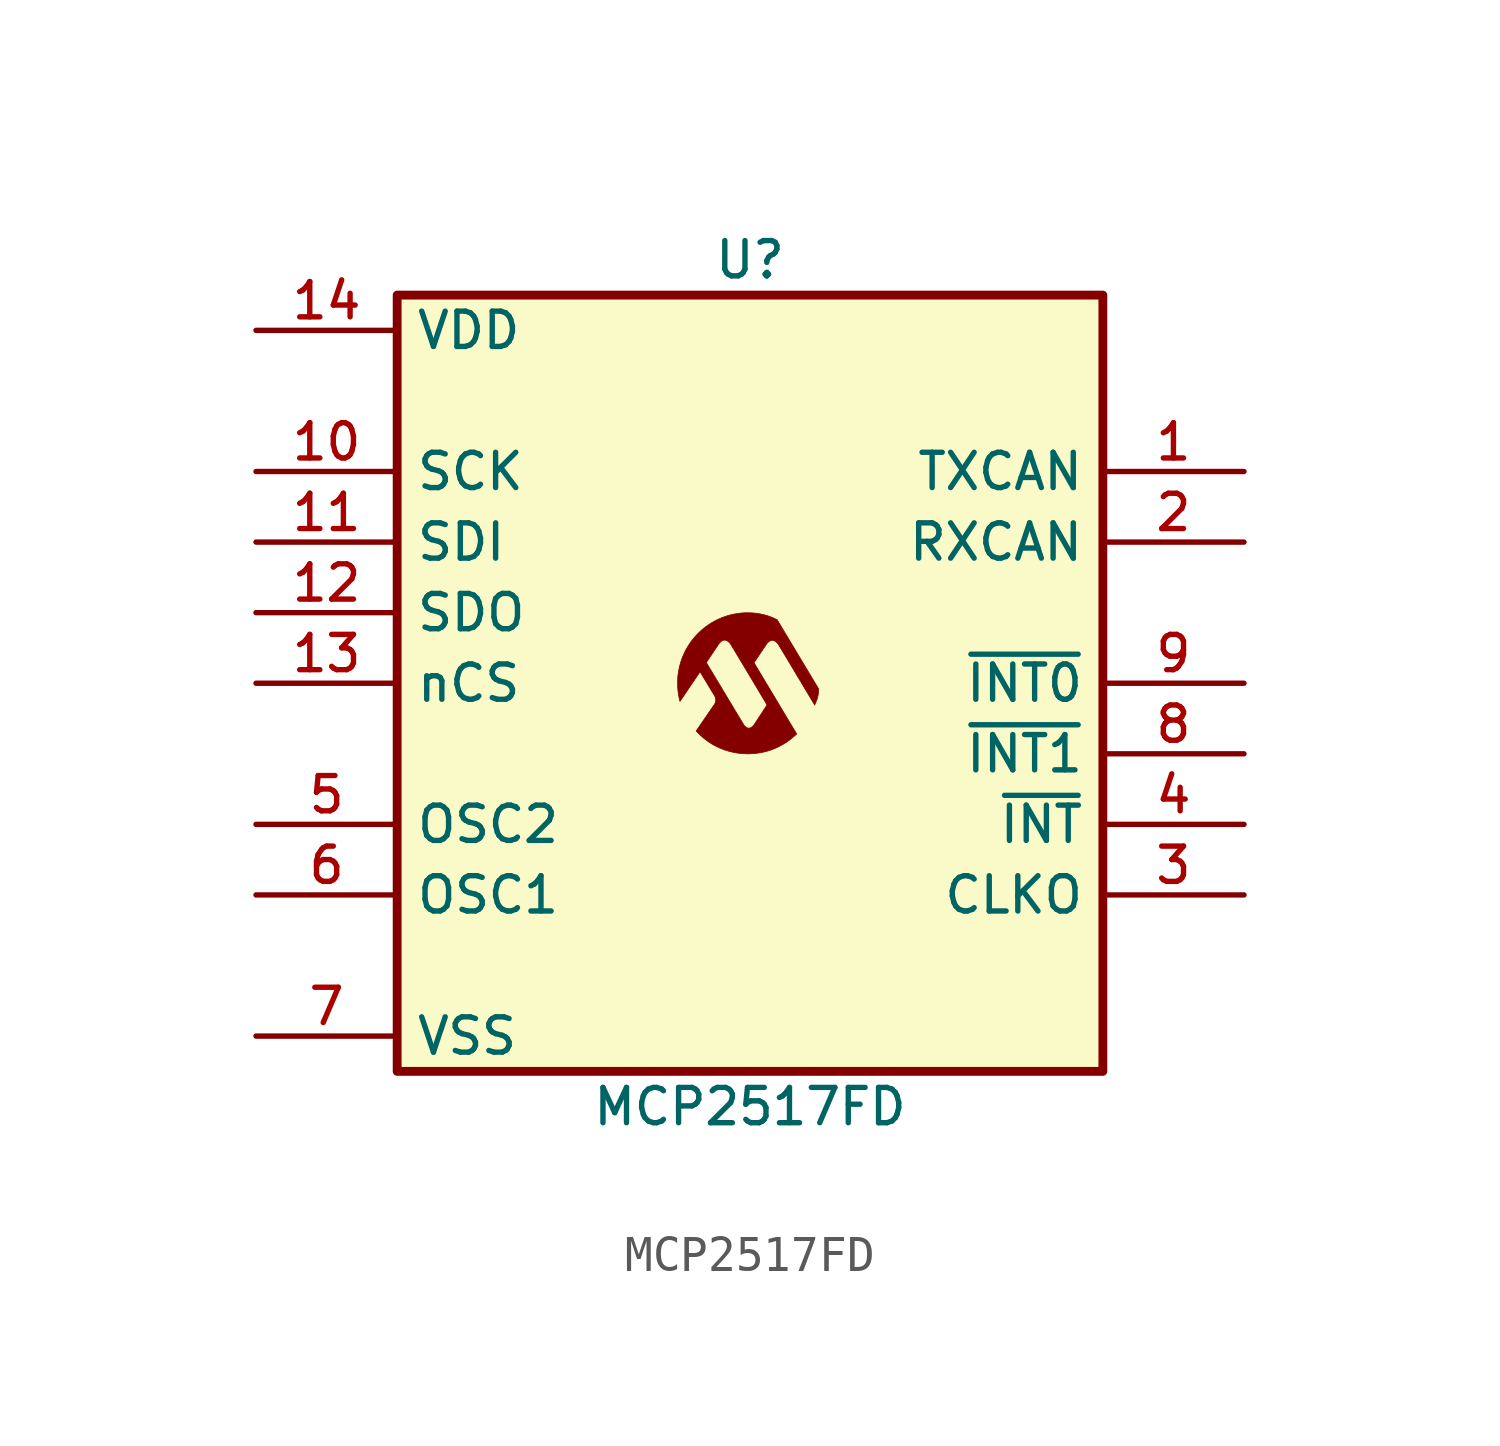
<source format=kicad_sym>
(kicad_symbol_lib
  (version 20241209)
  (generator "kicad_symbol_editor")
  (generator_version "9.0")
  (symbol "MCP2517FD"
    (pin_names
      (offset 0.5))
    (property "Reference" "U"
      (at 0 12 0)
      (effects (font (size 1 1))))
    (property "Value" "MCP2517FD"
      (at 0 -12 0)
      (effects (font (size 1 1))))
    (symbol "MCP2517FD_0_0"
      (polyline (pts (xy 0 -2) (xy 0.101 -1.994) (xy 0.201 -1.984) (xy 0.3 -1.968) (xy 0.398 -1.948) (xy 0.495 -1.923) (xy 0.589 -1.893) (xy 0.682 -1.858) (xy 0.773 -1.818) (xy 0.813 -1.799) (xy 0.899 -1.754) (xy 0.982 -1.705) (xy 1.063 -1.651) (xy 1.142 -1.593) (xy 1.219 -1.53) (xy 1.233 -1.518) (xy 1.25 -1.504) (xy 1.266 -1.489) (xy 1.282 -1.475) (xy 1.296 -1.462) (xy 1.308 -1.45) (xy 1.317 -1.442) (xy 1.323 -1.435) (xy 1.317 -1.428) (xy 1.315 -1.424) (xy 1.31 -1.416) (xy 1.304 -1.405) (xy 1.296 -1.393) (xy 1.288 -1.379) (xy 1.274 -1.355) (xy 1.257 -1.328) (xy 1.242 -1.303) (xy 1.229 -1.281) (xy 1.217 -1.26) (xy 1.205 -1.241) (xy 1.194 -1.222) (xy 1.182 -1.202) (xy 1.169 -1.181) (xy 1.155 -1.158) (xy 1.14 -1.132) (xy 1.138 -1.129) (xy 1.114 -1.089) (xy 1.088 -1.046) (xy 1.061 -1.001) (xy 1.032 -0.953) (xy 1.002 -0.901) (xy 0.969 -0.847) (xy 0.933 -0.788) (xy 0.896 -0.725) (xy 0.888 -0.713) (xy 0.873 -0.686) (xy 0.855 -0.657) (xy 0.837 -0.627) (xy 0.82 -0.597) (xy 0.803 -0.569) (xy 0.788 -0.544) (xy 0.784 -0.537) (xy 0.772 -0.518) (xy 0.758 -0.494) (xy 0.742 -0.468) (xy 0.725 -0.44) (xy 0.707 -0.409) (xy 0.688 -0.378) (xy 0.67 -0.347) (xy 0.651 -0.316) (xy 0.633 -0.285) (xy 0.621 -0.266) (xy 0.604 -0.237) (xy 0.587 -0.209) (xy 0.571 -0.181) (xy 0.555 -0.155) (xy 0.54 -0.131) (xy 0.527 -0.109) (xy 0.516 -0.09) (xy 0.507 -0.075) (xy 0.5 -0.064) (xy 0.498 -0.06) (xy 0.488 -0.044) (xy 0.477 -0.025) (xy 0.464 -0.004) (xy 0.45 0.019) (xy 0.436 0.043) (xy 0.421 0.068) (xy 0.407 0.091) (xy 0.406 0.093) (xy 0.39 0.119) (xy 0.373 0.149) (xy 0.354 0.18) (xy 0.335 0.212) (xy 0.316 0.243) (xy 0.298 0.273) (xy 0.282 0.299) (xy 0.279 0.305) (xy 0.263 0.332) (xy 0.246 0.36) (xy 0.229 0.389) (xy 0.211 0.418) (xy 0.195 0.446) (xy 0.179 0.472) (xy 0.166 0.494) (xy 0.114 0.582) (xy 0.129 0.605) (xy 0.132 0.609) (xy 0.139 0.619) (xy 0.148 0.632) (xy 0.159 0.648) (xy 0.17 0.665) (xy 0.183 0.684) (xy 0.195 0.703) (xy 0.199 0.708) (xy 0.213 0.729) (xy 0.228 0.751) (xy 0.243 0.773) (xy 0.257 0.794) (xy 0.269 0.813) (xy 0.28 0.828) (xy 0.283 0.834) (xy 0.294 0.85) (xy 0.305 0.865) (xy 0.314 0.88) (xy 0.322 0.892) (xy 0.328 0.9) (xy 0.338 0.914) (xy 0.353 0.938) (xy 0.369 0.962) (xy 0.386 0.986) (xy 0.401 1.009) (xy 0.416 1.031) (xy 0.43 1.052) (xy 0.442 1.07) (xy 0.453 1.086) (xy 0.462 1.099) (xy 0.468 1.108) (xy 0.472 1.114) (xy 0.489 1.136) (xy 0.513 1.161) (xy 0.538 1.181) (xy 0.563 1.197) (xy 0.589 1.208) (xy 0.615 1.215) (xy 0.615 1.215) (xy 0.627 1.216) (xy 0.637 1.216) (xy 0.646 1.215) (xy 0.658 1.213) (xy 0.667 1.21) (xy 0.691 1.202) (xy 0.715 1.189) (xy 0.737 1.173) (xy 0.739 1.171) (xy 0.751 1.16) (xy 0.765 1.147) (xy 0.778 1.132) (xy 0.79 1.117) (xy 0.8 1.104) (xy 0.801 1.104) (xy 0.804 1.098) (xy 0.811 1.087) (xy 0.82 1.073) (xy 0.831 1.054) (xy 0.845 1.031) (xy 0.861 1.005) (xy 0.879 0.975) (xy 0.9 0.941) (xy 0.922 0.903) (xy 0.947 0.863) (xy 0.973 0.819) (xy 1.002 0.772) (xy 1.032 0.722) (xy 1.063 0.669) (xy 1.097 0.614) (xy 1.131 0.556) (xy 1.167 0.495) (xy 1.205 0.432) (xy 1.244 0.367) (xy 1.284 0.3) (xy 1.325 0.231) (xy 1.368 0.16) (xy 1.411 0.088) (xy 1.456 0.014) (xy 1.501 -0.062) (xy 1.546 -0.139) (xy 1.553 -0.149) (xy 1.569 -0.177) (xy 1.587 -0.206) (xy 1.605 -0.236) (xy 1.622 -0.265) (xy 1.639 -0.293) (xy 1.654 -0.319) (xy 1.668 -0.342) (xy 1.677 -0.357) (xy 1.693 -0.383) (xy 1.71 -0.412) (xy 1.728 -0.443) (xy 1.746 -0.473) (xy 1.763 -0.501) (xy 1.778 -0.526) (xy 1.834 -0.62) (xy 1.838 -0.608) (xy 1.839 -0.605) (xy 1.842 -0.597) (xy 1.846 -0.585) (xy 1.852 -0.571) (xy 1.859 -0.555) (xy 1.866 -0.538) (xy 1.868 -0.534) (xy 1.879 -0.505) (xy 1.889 -0.481) (xy 1.897 -0.46) (xy 1.904 -0.441) (xy 1.91 -0.423) (xy 1.915 -0.405) (xy 1.919 -0.39) (xy 1.928 -0.348) (xy 1.935 -0.302) (xy 1.94 -0.253) (xy 1.943 -0.202) (xy 1.945 -0.161) (xy 1.892 -0.072) (xy 1.887 -0.064) (xy 1.877 -0.047) (xy 1.864 -0.027) (xy 1.85 -0.003) (xy 1.834 0.024) (xy 1.816 0.054) (xy 1.797 0.086) (xy 1.777 0.12) (xy 1.755 0.155) (xy 1.733 0.192) (xy 1.711 0.229) (xy 1.688 0.267) (xy 1.666 0.305) (xy 1.65 0.331) (xy 1.627 0.369) (xy 1.605 0.406) (xy 1.583 0.443) (xy 1.562 0.478) (xy 1.542 0.512) (xy 1.522 0.544) (xy 1.505 0.574) (xy 1.488 0.601) (xy 1.474 0.625) (xy 1.461 0.646) (xy 1.451 0.663) (xy 1.443 0.676) (xy 1.441 0.679) (xy 1.43 0.698) (xy 1.417 0.72) (xy 1.401 0.746) (xy 1.383 0.775) (xy 1.364 0.807) (xy 1.344 0.841) (xy 1.323 0.877) (xy 1.3 0.914) (xy 1.278 0.952) (xy 1.255 0.99) (xy 1.232 1.028) (xy 1.209 1.066) (xy 1.187 1.103) (xy 1.165 1.139) (xy 1.145 1.173) (xy 1.126 1.204) (xy 1.109 1.233) (xy 1.094 1.259) (xy 1.08 1.281) (xy 1.069 1.3) (xy 1.053 1.327) (xy 1.035 1.356) (xy 1.017 1.386) (xy 0.999 1.416) (xy 0.982 1.445) (xy 0.967 1.47) (xy 0.96 1.482) (xy 0.945 1.507) (xy 0.928 1.535) (xy 0.91 1.566) (xy 0.891 1.597) (xy 0.873 1.627) (xy 0.855 1.657) (xy 0.839 1.684) (xy 0.769 1.8) (xy 0.745 1.811) (xy 0.735 1.816) (xy 0.649 1.855) (xy 0.563 1.89) (xy 0.476 1.919) (xy 0.388 1.943) (xy 0.298 1.963) (xy 0.205 1.979) (xy 0.111 1.99) (xy 0.109 1.99) (xy 0.09 1.991) (xy 0.066 1.993) (xy 0.04 1.994) (xy 0.011 1.995) (xy -0.019 1.995) (xy -0.05 1.996) (xy -0.081 1.996) (xy -0.11 1.996) (xy -0.137 1.996) (xy -0.161 1.995) (xy -0.181 1.994) (xy -0.204 1.993) (xy -0.305 1.983) (xy -0.405 1.968) (xy -0.504 1.948) (xy -0.602 1.924) (xy -0.699 1.894) (xy -0.794 1.859) (xy -0.887 1.819) (xy -0.978 1.775) (xy -1.066 1.726) (xy -1.07 1.724) (xy -1.156 1.67) (xy -1.238 1.613) (xy -1.317 1.552) (xy -1.392 1.488) (xy -1.464 1.42) (xy -1.532 1.349) (xy -1.597 1.274) (xy -1.657 1.197) (xy -1.714 1.117) (xy -1.767 1.034) (xy -1.815 0.949) (xy -1.86 0.861) (xy -1.9 0.771) (xy -1.936 0.679) (xy -1.967 0.585) (xy -1.967 0.585) (xy -1.236 0.585) (xy -1.235 0.588) (xy -1.232 0.594) (xy -1.226 0.604) (xy -1.219 0.615) (xy -1.21 0.628) (xy -1.204 0.637) (xy -1.191 0.656) (xy -1.176 0.679) (xy -1.158 0.705) (xy -1.139 0.733) (xy -1.119 0.764) (xy -1.097 0.796) (xy -1.075 0.829) (xy -1.052 0.863) (xy -1.03 0.896) (xy -1.008 0.93) (xy -0.986 0.962) (xy -0.966 0.992) (xy -0.956 1.007) (xy -0.939 1.033) (xy -0.924 1.055) (xy -0.911 1.073) (xy -0.901 1.089) (xy -0.892 1.102) (xy -0.884 1.113) (xy -0.878 1.121) (xy -0.873 1.129) (xy -0.868 1.135) (xy -0.864 1.14) (xy -0.859 1.145) (xy -0.855 1.15) (xy -0.85 1.155) (xy -0.841 1.164) (xy -0.816 1.186) (xy -0.79 1.203) (xy -0.764 1.214) (xy -0.738 1.221) (xy -0.712 1.221) (xy -0.685 1.217) (xy -0.675 1.214) (xy -0.655 1.206) (xy -0.636 1.194) (xy -0.616 1.179) (xy -0.609 1.174) (xy -0.597 1.163) (xy -0.585 1.152) (xy -0.574 1.139) (xy -0.563 1.125) (xy -0.551 1.108) (xy -0.538 1.088) (xy -0.523 1.065) (xy -0.506 1.038) (xy -0.505 1.035) (xy -0.494 1.017) (xy -0.483 0.999) (xy -0.472 0.981) (xy -0.463 0.966) (xy -0.456 0.954) (xy -0.454 0.95) (xy -0.449 0.943) (xy -0.444 0.934) (xy -0.437 0.922) (xy -0.428 0.908) (xy -0.419 0.892) (xy -0.407 0.873) (xy -0.394 0.851) (xy -0.379 0.826) (xy -0.362 0.798) (xy -0.344 0.767) (xy -0.323 0.732) (xy -0.3 0.694) (xy -0.275 0.652) (xy -0.248 0.607) (xy -0.218 0.557) (xy -0.186 0.504) (xy -0.151 0.446) (xy -0.114 0.384) (xy -0.105 0.368) (xy -0.088 0.341) (xy -0.07 0.31) (xy -0.05 0.277) (xy -0.029 0.241) (xy -0.006 0.204) (xy 0.017 0.165) (xy 0.04 0.127) (xy 0.062 0.089) (xy 0.084 0.052) (xy 0.106 0.016) (xy 0.11 0.009) (xy 0.129 -0.023) (xy 0.148 -0.055) (xy 0.167 -0.086) (xy 0.185 -0.116) (xy 0.202 -0.144) (xy 0.217 -0.17) (xy 0.231 -0.194) (xy 0.243 -0.214) (xy 0.254 -0.232) (xy 0.262 -0.245) (xy 0.268 -0.255) (xy 0.272 -0.263) (xy 0.281 -0.277) (xy 0.291 -0.295) (xy 0.303 -0.314) (xy 0.316 -0.336) (xy 0.33 -0.36) (xy 0.345 -0.385) (xy 0.36 -0.41) (xy 0.376 -0.436) (xy 0.391 -0.461) (xy 0.406 -0.486) (xy 0.42 -0.509) (xy 0.433 -0.531) (xy 0.444 -0.551) (xy 0.454 -0.568) (xy 0.463 -0.582) (xy 0.469 -0.592) (xy 0.473 -0.599) (xy 0.483 -0.615) (xy 0.435 -0.688) (xy 0.431 -0.694) (xy 0.418 -0.714) (xy 0.406 -0.733) (xy 0.393 -0.752) (xy 0.382 -0.769) (xy 0.373 -0.783) (xy 0.366 -0.794) (xy 0.362 -0.8) (xy 0.355 -0.811) (xy 0.345 -0.827) (xy 0.333 -0.845) (xy 0.32 -0.865) (xy 0.306 -0.886) (xy 0.292 -0.908) (xy 0.277 -0.93) (xy 0.269 -0.942) (xy 0.254 -0.966) (xy 0.239 -0.989) (xy 0.224 -1.012) (xy 0.21 -1.033) (xy 0.197 -1.052) (xy 0.186 -1.069) (xy 0.178 -1.081) (xy 0.176 -1.084) (xy 0.166 -1.1) (xy 0.156 -1.115) (xy 0.146 -1.13) (xy 0.138 -1.142) (xy 0.133 -1.151) (xy 0.12 -1.169) (xy 0.105 -1.188) (xy 0.09 -1.206) (xy 0.075 -1.222) (xy 0.061 -1.234) (xy 0.057 -1.237) (xy 0.039 -1.25) (xy 0.021 -1.26) (xy 0.003 -1.268) (xy -0.013 -1.272) (xy -0.021 -1.273) (xy -0.029 -1.274) (xy -0.032 -1.274) (xy -0.032 -1.274) (xy -0.052 -1.271) (xy -0.069 -1.268) (xy -0.083 -1.263) (xy -0.096 -1.256) (xy -0.11 -1.248) (xy -0.132 -1.23) (xy -0.156 -1.205) (xy -0.178 -1.176) (xy -0.2 -1.141) (xy -0.203 -1.136) (xy -0.21 -1.124) (xy -0.219 -1.109) (xy -0.229 -1.091) (xy -0.241 -1.073) (xy -0.253 -1.052) (xy -0.265 -1.032) (xy -0.269 -1.026) (xy -0.282 -1.003) (xy -0.297 -0.979) (xy -0.311 -0.956) (xy -0.325 -0.933) (xy -0.337 -0.913) (xy -0.347 -0.896) (xy -0.352 -0.887) (xy -0.362 -0.871) (xy -0.373 -0.852) (xy -0.387 -0.83) (xy -0.401 -0.806) (xy -0.417 -0.78) (xy -0.433 -0.753) (xy -0.449 -0.726) (xy -0.465 -0.699) (xy -0.495 -0.649) (xy -0.527 -0.597) (xy -0.555 -0.549) (xy -0.582 -0.505) (xy -0.606 -0.465) (xy -0.628 -0.428) (xy -0.648 -0.395) (xy -0.667 -0.364) (xy -0.683 -0.337) (xy -0.698 -0.312) (xy -0.711 -0.29) (xy -0.723 -0.271) (xy -0.733 -0.253) (xy -0.743 -0.237) (xy -0.751 -0.224) (xy -0.758 -0.211) (xy -0.765 -0.201) (xy -0.771 -0.191) (xy -0.776 -0.182) (xy -0.781 -0.174) (xy -0.785 -0.167) (xy -0.795 -0.15) (xy -0.808 -0.129) (xy -0.821 -0.107) (xy -0.835 -0.084) (xy -0.849 -0.061) (xy -0.862 -0.04) (xy -0.872 -0.022) (xy -0.886 0.0004) (xy -0.901 0.025) (xy -0.917 0.052) (xy -0.933 0.078) (xy -0.948 0.104) (xy -0.963 0.129) (xy -0.984 0.164) (xy -1.01 0.207) (xy -1.034 0.247) (xy -1.057 0.285) (xy -1.078 0.321) (xy -1.098 0.353) (xy -1.115 0.382) (xy -1.13 0.406) (xy -1.132 0.41) (xy -1.153 0.444) (xy -1.171 0.475) (xy -1.188 0.502) (xy -1.202 0.526) (xy -1.214 0.546) (xy -1.223 0.562) (xy -1.23 0.574) (xy -1.234 0.581) (xy -1.236 0.585) (xy -1.967 0.585) (xy -1.993 0.489) (xy -2.015 0.391) (xy -2.032 0.291) (xy -2.033 0.285) (xy -2.037 0.259) (xy -2.04 0.235) (xy -2.043 0.214) (xy -2.045 0.194) (xy -2.046 0.173) (xy -2.048 0.153) (xy -2.049 0.131) (xy -2.049 0.107) (xy -2.05 0.08) (xy -2.05 0.049) (xy -2.05 0.014) (xy -2.05 0.005) (xy -2.05 -0.033) (xy -2.05 -0.067) (xy -2.049 -0.095) (xy -2.049 -0.119) (xy -2.048 -0.138) (xy -2.047 -0.152) (xy -2.046 -0.158) (xy -2.04 -0.217) (xy -2.034 -0.271) (xy -2.026 -0.322) (xy -2.018 -0.371) (xy -2.008 -0.419) (xy -1.997 -0.468) (xy -1.994 -0.481) (xy -1.99 -0.495) (xy -1.988 -0.505) (xy -1.986 -0.513) (xy -1.986 -0.516) (xy -1.986 -0.516) (xy -1.984 -0.513) (xy -1.979 -0.506) (xy -1.972 -0.495) (xy -1.962 -0.481) (xy -1.95 -0.463) (xy -1.935 -0.442) (xy -1.919 -0.418) (xy -1.9 -0.391) (xy -1.88 -0.361) (xy -1.858 -0.329) (xy -1.835 -0.294) (xy -1.81 -0.258) (xy -1.784 -0.22) (xy -1.758 -0.18) (xy -1.73 -0.139) (xy -1.701 -0.096) (xy -1.696 -0.088) (xy -1.667 -0.046) (xy -1.639 -0.005) (xy -1.613 0.034) (xy -1.587 0.072) (xy -1.562 0.108) (xy -1.539 0.142) (xy -1.518 0.174) (xy -1.498 0.204) (xy -1.48 0.23) (xy -1.464 0.254) (xy -1.45 0.275) (xy -1.438 0.292) (xy -1.428 0.306) (xy -1.421 0.316) (xy -1.417 0.322) (xy -1.415 0.324) (xy -1.415 0.324) (xy -1.412 0.319) (xy -1.407 0.31) (xy -1.4 0.298) (xy -1.39 0.282) (xy -1.379 0.264) (xy -1.366 0.242) (xy -1.351 0.218) (xy -1.335 0.191) (xy -1.318 0.163) (xy -1.3 0.133) (xy -1.281 0.102) (xy -1.261 0.069) (xy -1.241 0.035) (xy -1.22 0.001) (xy -1.2 -0.033) (xy -1.18 -0.066) (xy -1.161 -0.097) (xy -1.144 -0.126) (xy -1.128 -0.152) (xy -1.114 -0.176) (xy -1.102 -0.196) (xy -1.092 -0.212) (xy -1.089 -0.218) (xy -1.076 -0.238) (xy -1.064 -0.258) (xy -1.053 -0.276) (xy -1.043 -0.291) (xy -1.035 -0.305) (xy -1.029 -0.314) (xy -1.025 -0.32) (xy -1.007 -0.348) (xy -0.993 -0.378) (xy -0.982 -0.409) (xy -0.974 -0.44) (xy -0.971 -0.471) (xy -0.971 -0.5) (xy -0.976 -0.528) (xy -0.978 -0.534) (xy -0.981 -0.543) (xy -0.983 -0.551) (xy -0.987 -0.56) (xy -0.991 -0.569) (xy -0.997 -0.579) (xy -1.004 -0.59) (xy -1.012 -0.604) (xy -1.023 -0.62) (xy -1.037 -0.64) (xy -1.052 -0.663) (xy -1.071 -0.691) (xy -1.093 -0.722) (xy -1.117 -0.757) (xy -1.143 -0.795) (xy -1.17 -0.834) (xy -1.198 -0.875) (xy -1.226 -0.917) (xy -1.255 -0.959) (xy -1.284 -1.001) (xy -1.296 -1.018) (xy -1.316 -1.047) (xy -1.337 -1.078) (xy -1.359 -1.11) (xy -1.38 -1.141) (xy -1.401 -1.172) (xy -1.421 -1.2) (xy -1.438 -1.225) (xy -1.439 -1.227) (xy -1.454 -1.248) (xy -1.468 -1.269) (xy -1.48 -1.288) (xy -1.492 -1.304) (xy -1.502 -1.319) (xy -1.51 -1.33) (xy -1.516 -1.338) (xy -1.518 -1.342) (xy -1.526 -1.353) (xy -1.509 -1.371) (xy -1.486 -1.396) (xy -1.452 -1.43) (xy -1.419 -1.462) (xy -1.387 -1.492) (xy -1.354 -1.522) (xy -1.319 -1.551) (xy -1.281 -1.582) (xy -1.271 -1.59) (xy -1.192 -1.649) (xy -1.109 -1.704) (xy -1.024 -1.754) (xy -0.936 -1.8) (xy -0.846 -1.841) (xy -0.753 -1.878) (xy -0.659 -1.91) (xy -0.563 -1.937) (xy -0.465 -1.96) (xy -0.366 -1.978) (xy -0.266 -1.99) (xy -0.164 -1.998) (xy -0.101 -2) (xy 0 -2)) (stroke (width 0.01) (type default)) (fill (type outline))))
    (symbol "MCP2517FD_1_1"
      (rectangle (start -10 11) (end 10 -11) (stroke (width 0.25) (type solid)) (fill (type color) (color 250 250 200 1)))
      (pin power_in line (at -14 10 0) (length 4) (name "VDD" (effects (font (size 1 1)))) (number "14" (effects (font (size 1 1)))))
      (pin input line (at -14 6 0) (length 4) (name "SCK" (effects (font (size 1 1)))) (number "10" (effects (font (size 1 1)))))
      (pin input line (at -14 4 0) (length 4) (name "SDI" (effects (font (size 1 1)))) (number "11" (effects (font (size 1 1)))))
      (pin output line (at -14 2 0) (length 4) (name "SDO" (effects (font (size 1 1)))) (number "12" (effects (font (size 1 1)))))
      (pin input line (at -14 0 0) (length 4) (name "nCS" (effects (font (size 1 1)))) (number "13" (effects (font (size 1 1)))))
      (pin output line (at -14 -4 0) (length 4) (name "OSC2" (effects (font (size 1 1)))) (number "5" (effects (font (size 1 1)))))
      (pin input line (at -14 -6 0) (length 4) (name "OSC1" (effects (font (size 1 1)))) (number "6" (effects (font (size 1 1)))))
      (pin power_in line (at -14 -10 0) (length 4) (name "VSS" (effects (font (size 1 1)))) (number "7" (effects (font (size 1 1)))))
      (pin output line (at 14 6 180) (length 4) (name "TXCAN" (effects (font (size 1 1)))) (number "1" (effects (font (size 1 1)))))
      (pin input line (at 14 4 180) (length 4) (name "RXCAN" (effects (font (size 1 1)))) (number "2" (effects (font (size 1 1)))))
      (pin output line (at 14 0 180) (length 4) (name "~{INT0}" (effects (font (size 1 1)))) (number "9" (effects (font (size 1 1)))) (alternate "GPIO0" bidirectional line) (alternate "XSTBY" output line))
      (pin output line (at 14 -2 180) (length 4) (name "~{INT1}" (effects (font (size 1 1)))) (number "8" (effects (font (size 1 1)))) (alternate "GPIO1" bidirectional line))
      (pin output line (at 14 -4 180) (length 4) (name "~{INT}" (effects (font (size 1 1)))) (number "4" (effects (font (size 1 1)))))
      (pin output line (at 14 -6 180) (length 4) (name "CLKO" (effects (font (size 1 1)))) (number "3" (effects (font (size 1 1))))))))
</source>
